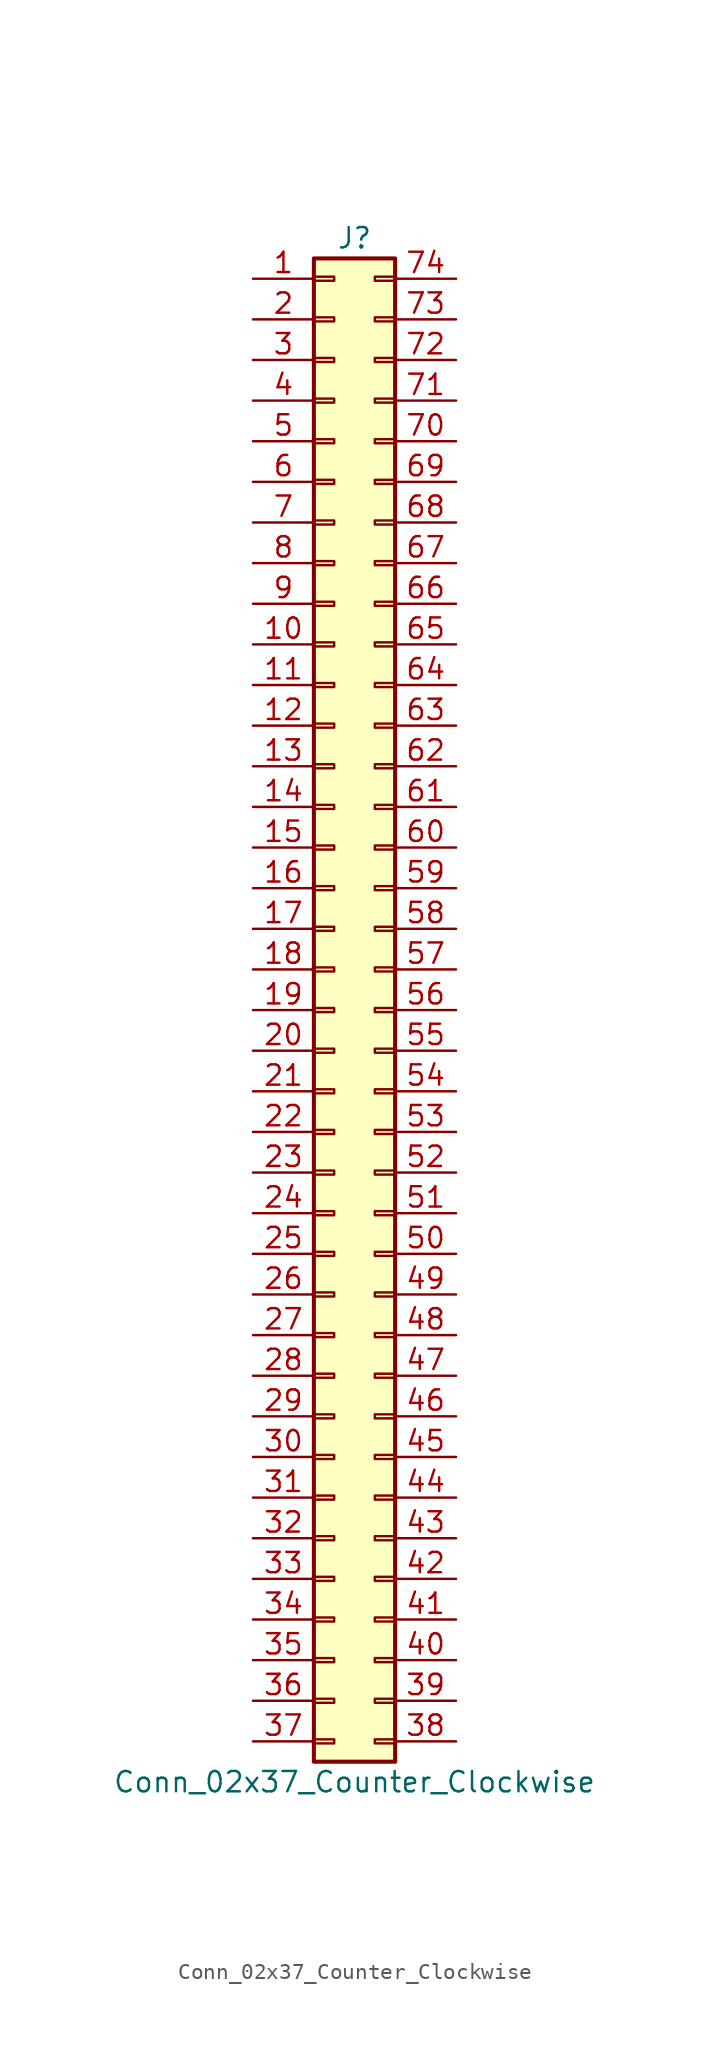
<source format=kicad_sym>
(kicad_symbol_lib
  (version 20201005)
  (generator kicad_symbol_editor)
  (symbol "Conn_02x37_Counter_Clockwise"
    (pin_names
      (offset 1.016) hide)
    (property "Reference" "J"
      (at 1.27 48.26 0)
      (effects (font (size 1.27 1.27))))
    (property "Value" "Conn_02x37_Counter_Clockwise"
      (at 1.27 -48.26 0)
      (effects (font (size 1.27 1.27))))
    (symbol "Conn_02x37_Counter_Clockwise_1_1"
      (rectangle (start -1.27 -45.593) (end 0 -45.847) (stroke (width 0.152)) (fill (type none)))
      (rectangle (start -1.27 -43.053) (end 0 -43.307) (stroke (width 0.152)) (fill (type none)))
      (rectangle (start -1.27 -40.513) (end 0 -40.767) (stroke (width 0.152)) (fill (type none)))
      (rectangle (start -1.27 -37.973) (end 0 -38.227) (stroke (width 0.152)) (fill (type none)))
      (rectangle (start -1.27 -35.433) (end 0 -35.687) (stroke (width 0.152)) (fill (type none)))
      (rectangle (start -1.27 -32.893) (end 0 -33.147) (stroke (width 0.152)) (fill (type none)))
      (rectangle (start -1.27 -30.353) (end 0 -30.607) (stroke (width 0.152)) (fill (type none)))
      (rectangle (start -1.27 -27.813) (end 0 -28.067) (stroke (width 0.152)) (fill (type none)))
      (rectangle (start -1.27 -25.273) (end 0 -25.527) (stroke (width 0.152)) (fill (type none)))
      (rectangle (start -1.27 -22.733) (end 0 -22.987) (stroke (width 0.152)) (fill (type none)))
      (rectangle (start -1.27 -20.193) (end 0 -20.447) (stroke (width 0.152)) (fill (type none)))
      (rectangle (start -1.27 -17.653) (end 0 -17.907) (stroke (width 0.152)) (fill (type none)))
      (rectangle (start -1.27 -15.113) (end 0 -15.367) (stroke (width 0.152)) (fill (type none)))
      (rectangle (start -1.27 -12.573) (end 0 -12.827) (stroke (width 0.152)) (fill (type none)))
      (rectangle (start -1.27 -10.033) (end 0 -10.287) (stroke (width 0.152)) (fill (type none)))
      (rectangle (start -1.27 -7.493) (end 0 -7.747) (stroke (width 0.152)) (fill (type none)))
      (rectangle (start -1.27 -4.953) (end 0 -5.207) (stroke (width 0.152)) (fill (type none)))
      (rectangle (start -1.27 -2.413) (end 0 -2.667) (stroke (width 0.152)) (fill (type none)))
      (rectangle (start -1.27 0.127) (end 0 -0.127) (stroke (width 0.152)) (fill (type none)))
      (rectangle (start -1.27 2.667) (end 0 2.413) (stroke (width 0.152)) (fill (type none)))
      (rectangle (start -1.27 5.207) (end 0 4.953) (stroke (width 0.152)) (fill (type none)))
      (rectangle (start -1.27 7.747) (end 0 7.493) (stroke (width 0.152)) (fill (type none)))
      (rectangle (start -1.27 10.287) (end 0 10.033) (stroke (width 0.152)) (fill (type none)))
      (rectangle (start -1.27 12.827) (end 0 12.573) (stroke (width 0.152)) (fill (type none)))
      (rectangle (start -1.27 15.367) (end 0 15.113) (stroke (width 0.152)) (fill (type none)))
      (rectangle (start -1.27 17.907) (end 0 17.653) (stroke (width 0.152)) (fill (type none)))
      (rectangle (start -1.27 20.447) (end 0 20.193) (stroke (width 0.152)) (fill (type none)))
      (rectangle (start -1.27 22.987) (end 0 22.733) (stroke (width 0.152)) (fill (type none)))
      (rectangle (start -1.27 25.527) (end 0 25.273) (stroke (width 0.152)) (fill (type none)))
      (rectangle (start -1.27 28.067) (end 0 27.813) (stroke (width 0.152)) (fill (type none)))
      (rectangle (start -1.27 30.607) (end 0 30.353) (stroke (width 0.152)) (fill (type none)))
      (rectangle (start -1.27 33.147) (end 0 32.893) (stroke (width 0.152)) (fill (type none)))
      (rectangle (start -1.27 35.687) (end 0 35.433) (stroke (width 0.152)) (fill (type none)))
      (rectangle (start -1.27 38.227) (end 0 37.973) (stroke (width 0.152)) (fill (type none)))
      (rectangle (start -1.27 40.767) (end 0 40.513) (stroke (width 0.152)) (fill (type none)))
      (rectangle (start -1.27 43.307) (end 0 43.053) (stroke (width 0.152)) (fill (type none)))
      (rectangle (start -1.27 45.847) (end 0 45.593) (stroke (width 0.152)) (fill (type none)))
      (rectangle (start 3.81 -45.593) (end 2.54 -45.847) (stroke (width 0.152)) (fill (type none)))
      (rectangle (start 3.81 -43.053) (end 2.54 -43.307) (stroke (width 0.152)) (fill (type none)))
      (rectangle (start 3.81 -40.513) (end 2.54 -40.767) (stroke (width 0.152)) (fill (type none)))
      (rectangle (start 3.81 -37.973) (end 2.54 -38.227) (stroke (width 0.152)) (fill (type none)))
      (rectangle (start 3.81 -35.433) (end 2.54 -35.687) (stroke (width 0.152)) (fill (type none)))
      (rectangle (start 3.81 -32.893) (end 2.54 -33.147) (stroke (width 0.152)) (fill (type none)))
      (rectangle (start 3.81 -30.353) (end 2.54 -30.607) (stroke (width 0.152)) (fill (type none)))
      (rectangle (start 3.81 -27.813) (end 2.54 -28.067) (stroke (width 0.152)) (fill (type none)))
      (rectangle (start 3.81 -25.273) (end 2.54 -25.527) (stroke (width 0.152)) (fill (type none)))
      (rectangle (start 3.81 -22.733) (end 2.54 -22.987) (stroke (width 0.152)) (fill (type none)))
      (rectangle (start 3.81 -20.193) (end 2.54 -20.447) (stroke (width 0.152)) (fill (type none)))
      (rectangle (start 3.81 -17.653) (end 2.54 -17.907) (stroke (width 0.152)) (fill (type none)))
      (rectangle (start 3.81 -15.113) (end 2.54 -15.367) (stroke (width 0.152)) (fill (type none)))
      (rectangle (start 3.81 -12.573) (end 2.54 -12.827) (stroke (width 0.152)) (fill (type none)))
      (rectangle (start 3.81 -10.033) (end 2.54 -10.287) (stroke (width 0.152)) (fill (type none)))
      (rectangle (start 3.81 -7.493) (end 2.54 -7.747) (stroke (width 0.152)) (fill (type none)))
      (rectangle (start 3.81 -4.953) (end 2.54 -5.207) (stroke (width 0.152)) (fill (type none)))
      (rectangle (start 3.81 -2.413) (end 2.54 -2.667) (stroke (width 0.152)) (fill (type none)))
      (rectangle (start 3.81 0.127) (end 2.54 -0.127) (stroke (width 0.152)) (fill (type none)))
      (rectangle (start 3.81 2.667) (end 2.54 2.413) (stroke (width 0.152)) (fill (type none)))
      (rectangle (start 3.81 5.207) (end 2.54 4.953) (stroke (width 0.152)) (fill (type none)))
      (rectangle (start 3.81 7.747) (end 2.54 7.493) (stroke (width 0.152)) (fill (type none)))
      (rectangle (start 3.81 10.287) (end 2.54 10.033) (stroke (width 0.152)) (fill (type none)))
      (rectangle (start 3.81 12.827) (end 2.54 12.573) (stroke (width 0.152)) (fill (type none)))
      (rectangle (start 3.81 15.367) (end 2.54 15.113) (stroke (width 0.152)) (fill (type none)))
      (rectangle (start 3.81 17.907) (end 2.54 17.653) (stroke (width 0.152)) (fill (type none)))
      (rectangle (start 3.81 20.447) (end 2.54 20.193) (stroke (width 0.152)) (fill (type none)))
      (rectangle (start 3.81 22.987) (end 2.54 22.733) (stroke (width 0.152)) (fill (type none)))
      (rectangle (start 3.81 25.527) (end 2.54 25.273) (stroke (width 0.152)) (fill (type none)))
      (rectangle (start 3.81 28.067) (end 2.54 27.813) (stroke (width 0.152)) (fill (type none)))
      (rectangle (start 3.81 30.607) (end 2.54 30.353) (stroke (width 0.152)) (fill (type none)))
      (rectangle (start 3.81 33.147) (end 2.54 32.893) (stroke (width 0.152)) (fill (type none)))
      (rectangle (start 3.81 35.687) (end 2.54 35.433) (stroke (width 0.152)) (fill (type none)))
      (rectangle (start 3.81 38.227) (end 2.54 37.973) (stroke (width 0.152)) (fill (type none)))
      (rectangle (start 3.81 40.767) (end 2.54 40.513) (stroke (width 0.152)) (fill (type none)))
      (rectangle (start 3.81 43.307) (end 2.54 43.053) (stroke (width 0.152)) (fill (type none)))
      (rectangle (start 3.81 45.847) (end 2.54 45.593) (stroke (width 0.152)) (fill (type none)))
      (rectangle (start -1.27 46.99) (end 3.81 -46.99) (stroke (width 0.254)) (fill (type background)))
      (pin passive line (at -5.08 45.72 0) (length 3.81) (name "Pin_1" (effects (font (size 1.27 1.27)))) (number "1" (effects (font (size 1.27 1.27)))))
      (pin passive line (at -5.08 22.86 0) (length 3.81) (name "Pin_10" (effects (font (size 1.27 1.27)))) (number "10" (effects (font (size 1.27 1.27)))))
      (pin passive line (at -5.08 20.32 0) (length 3.81) (name "Pin_11" (effects (font (size 1.27 1.27)))) (number "11" (effects (font (size 1.27 1.27)))))
      (pin passive line (at -5.08 17.78 0) (length 3.81) (name "Pin_12" (effects (font (size 1.27 1.27)))) (number "12" (effects (font (size 1.27 1.27)))))
      (pin passive line (at -5.08 15.24 0) (length 3.81) (name "Pin_13" (effects (font (size 1.27 1.27)))) (number "13" (effects (font (size 1.27 1.27)))))
      (pin passive line (at -5.08 12.7 0) (length 3.81) (name "Pin_14" (effects (font (size 1.27 1.27)))) (number "14" (effects (font (size 1.27 1.27)))))
      (pin passive line (at -5.08 10.16 0) (length 3.81) (name "Pin_15" (effects (font (size 1.27 1.27)))) (number "15" (effects (font (size 1.27 1.27)))))
      (pin passive line (at -5.08 7.62 0) (length 3.81) (name "Pin_16" (effects (font (size 1.27 1.27)))) (number "16" (effects (font (size 1.27 1.27)))))
      (pin passive line (at -5.08 5.08 0) (length 3.81) (name "Pin_17" (effects (font (size 1.27 1.27)))) (number "17" (effects (font (size 1.27 1.27)))))
      (pin passive line (at -5.08 2.54 0) (length 3.81) (name "Pin_18" (effects (font (size 1.27 1.27)))) (number "18" (effects (font (size 1.27 1.27)))))
      (pin passive line (at -5.08 0 0) (length 3.81) (name "Pin_19" (effects (font (size 1.27 1.27)))) (number "19" (effects (font (size 1.27 1.27)))))
      (pin passive line (at -5.08 43.18 0) (length 3.81) (name "Pin_2" (effects (font (size 1.27 1.27)))) (number "2" (effects (font (size 1.27 1.27)))))
      (pin passive line (at -5.08 -2.54 0) (length 3.81) (name "Pin_20" (effects (font (size 1.27 1.27)))) (number "20" (effects (font (size 1.27 1.27)))))
      (pin passive line (at -5.08 -5.08 0) (length 3.81) (name "Pin_21" (effects (font (size 1.27 1.27)))) (number "21" (effects (font (size 1.27 1.27)))))
      (pin passive line (at -5.08 -7.62 0) (length 3.81) (name "Pin_22" (effects (font (size 1.27 1.27)))) (number "22" (effects (font (size 1.27 1.27)))))
      (pin passive line (at -5.08 -10.16 0) (length 3.81) (name "Pin_23" (effects (font (size 1.27 1.27)))) (number "23" (effects (font (size 1.27 1.27)))))
      (pin passive line (at -5.08 -12.7 0) (length 3.81) (name "Pin_24" (effects (font (size 1.27 1.27)))) (number "24" (effects (font (size 1.27 1.27)))))
      (pin passive line (at -5.08 -15.24 0) (length 3.81) (name "Pin_25" (effects (font (size 1.27 1.27)))) (number "25" (effects (font (size 1.27 1.27)))))
      (pin passive line (at -5.08 -17.78 0) (length 3.81) (name "Pin_26" (effects (font (size 1.27 1.27)))) (number "26" (effects (font (size 1.27 1.27)))))
      (pin passive line (at -5.08 -20.32 0) (length 3.81) (name "Pin_27" (effects (font (size 1.27 1.27)))) (number "27" (effects (font (size 1.27 1.27)))))
      (pin passive line (at -5.08 -22.86 0) (length 3.81) (name "Pin_28" (effects (font (size 1.27 1.27)))) (number "28" (effects (font (size 1.27 1.27)))))
      (pin passive line (at -5.08 -25.4 0) (length 3.81) (name "Pin_29" (effects (font (size 1.27 1.27)))) (number "29" (effects (font (size 1.27 1.27)))))
      (pin passive line (at -5.08 40.64 0) (length 3.81) (name "Pin_3" (effects (font (size 1.27 1.27)))) (number "3" (effects (font (size 1.27 1.27)))))
      (pin passive line (at -5.08 -27.94 0) (length 3.81) (name "Pin_30" (effects (font (size 1.27 1.27)))) (number "30" (effects (font (size 1.27 1.27)))))
      (pin passive line (at -5.08 -30.48 0) (length 3.81) (name "Pin_31" (effects (font (size 1.27 1.27)))) (number "31" (effects (font (size 1.27 1.27)))))
      (pin passive line (at -5.08 -33.02 0) (length 3.81) (name "Pin_32" (effects (font (size 1.27 1.27)))) (number "32" (effects (font (size 1.27 1.27)))))
      (pin passive line (at -5.08 -35.56 0) (length 3.81) (name "Pin_33" (effects (font (size 1.27 1.27)))) (number "33" (effects (font (size 1.27 1.27)))))
      (pin passive line (at -5.08 -38.1 0) (length 3.81) (name "Pin_34" (effects (font (size 1.27 1.27)))) (number "34" (effects (font (size 1.27 1.27)))))
      (pin passive line (at -5.08 -40.64 0) (length 3.81) (name "Pin_35" (effects (font (size 1.27 1.27)))) (number "35" (effects (font (size 1.27 1.27)))))
      (pin passive line (at -5.08 -43.18 0) (length 3.81) (name "Pin_36" (effects (font (size 1.27 1.27)))) (number "36" (effects (font (size 1.27 1.27)))))
      (pin passive line (at -5.08 -45.72 0) (length 3.81) (name "Pin_37" (effects (font (size 1.27 1.27)))) (number "37" (effects (font (size 1.27 1.27)))))
      (pin passive line (at 7.62 -45.72 180) (length 3.81) (name "Pin_38" (effects (font (size 1.27 1.27)))) (number "38" (effects (font (size 1.27 1.27)))))
      (pin passive line (at 7.62 -43.18 180) (length 3.81) (name "Pin_39" (effects (font (size 1.27 1.27)))) (number "39" (effects (font (size 1.27 1.27)))))
      (pin passive line (at -5.08 38.1 0) (length 3.81) (name "Pin_4" (effects (font (size 1.27 1.27)))) (number "4" (effects (font (size 1.27 1.27)))))
      (pin passive line (at 7.62 -40.64 180) (length 3.81) (name "Pin_40" (effects (font (size 1.27 1.27)))) (number "40" (effects (font (size 1.27 1.27)))))
      (pin passive line (at 7.62 -38.1 180) (length 3.81) (name "Pin_41" (effects (font (size 1.27 1.27)))) (number "41" (effects (font (size 1.27 1.27)))))
      (pin passive line (at 7.62 -35.56 180) (length 3.81) (name "Pin_42" (effects (font (size 1.27 1.27)))) (number "42" (effects (font (size 1.27 1.27)))))
      (pin passive line (at 7.62 -33.02 180) (length 3.81) (name "Pin_43" (effects (font (size 1.27 1.27)))) (number "43" (effects (font (size 1.27 1.27)))))
      (pin passive line (at 7.62 -30.48 180) (length 3.81) (name "Pin_44" (effects (font (size 1.27 1.27)))) (number "44" (effects (font (size 1.27 1.27)))))
      (pin passive line (at 7.62 -27.94 180) (length 3.81) (name "Pin_45" (effects (font (size 1.27 1.27)))) (number "45" (effects (font (size 1.27 1.27)))))
      (pin passive line (at 7.62 -25.4 180) (length 3.81) (name "Pin_46" (effects (font (size 1.27 1.27)))) (number "46" (effects (font (size 1.27 1.27)))))
      (pin passive line (at 7.62 -22.86 180) (length 3.81) (name "Pin_47" (effects (font (size 1.27 1.27)))) (number "47" (effects (font (size 1.27 1.27)))))
      (pin passive line (at 7.62 -20.32 180) (length 3.81) (name "Pin_48" (effects (font (size 1.27 1.27)))) (number "48" (effects (font (size 1.27 1.27)))))
      (pin passive line (at 7.62 -17.78 180) (length 3.81) (name "Pin_49" (effects (font (size 1.27 1.27)))) (number "49" (effects (font (size 1.27 1.27)))))
      (pin passive line (at -5.08 35.56 0) (length 3.81) (name "Pin_5" (effects (font (size 1.27 1.27)))) (number "5" (effects (font (size 1.27 1.27)))))
      (pin passive line (at 7.62 -15.24 180) (length 3.81) (name "Pin_50" (effects (font (size 1.27 1.27)))) (number "50" (effects (font (size 1.27 1.27)))))
      (pin passive line (at 7.62 -12.7 180) (length 3.81) (name "Pin_51" (effects (font (size 1.27 1.27)))) (number "51" (effects (font (size 1.27 1.27)))))
      (pin passive line (at 7.62 -10.16 180) (length 3.81) (name "Pin_52" (effects (font (size 1.27 1.27)))) (number "52" (effects (font (size 1.27 1.27)))))
      (pin passive line (at 7.62 -7.62 180) (length 3.81) (name "Pin_53" (effects (font (size 1.27 1.27)))) (number "53" (effects (font (size 1.27 1.27)))))
      (pin passive line (at 7.62 -5.08 180) (length 3.81) (name "Pin_54" (effects (font (size 1.27 1.27)))) (number "54" (effects (font (size 1.27 1.27)))))
      (pin passive line (at 7.62 -2.54 180) (length 3.81) (name "Pin_55" (effects (font (size 1.27 1.27)))) (number "55" (effects (font (size 1.27 1.27)))))
      (pin passive line (at 7.62 0 180) (length 3.81) (name "Pin_56" (effects (font (size 1.27 1.27)))) (number "56" (effects (font (size 1.27 1.27)))))
      (pin passive line (at 7.62 2.54 180) (length 3.81) (name "Pin_57" (effects (font (size 1.27 1.27)))) (number "57" (effects (font (size 1.27 1.27)))))
      (pin passive line (at 7.62 5.08 180) (length 3.81) (name "Pin_58" (effects (font (size 1.27 1.27)))) (number "58" (effects (font (size 1.27 1.27)))))
      (pin passive line (at 7.62 7.62 180) (length 3.81) (name "Pin_59" (effects (font (size 1.27 1.27)))) (number "59" (effects (font (size 1.27 1.27)))))
      (pin passive line (at -5.08 33.02 0) (length 3.81) (name "Pin_6" (effects (font (size 1.27 1.27)))) (number "6" (effects (font (size 1.27 1.27)))))
      (pin passive line (at 7.62 10.16 180) (length 3.81) (name "Pin_60" (effects (font (size 1.27 1.27)))) (number "60" (effects (font (size 1.27 1.27)))))
      (pin passive line (at 7.62 12.7 180) (length 3.81) (name "Pin_61" (effects (font (size 1.27 1.27)))) (number "61" (effects (font (size 1.27 1.27)))))
      (pin passive line (at 7.62 15.24 180) (length 3.81) (name "Pin_62" (effects (font (size 1.27 1.27)))) (number "62" (effects (font (size 1.27 1.27)))))
      (pin passive line (at 7.62 17.78 180) (length 3.81) (name "Pin_63" (effects (font (size 1.27 1.27)))) (number "63" (effects (font (size 1.27 1.27)))))
      (pin passive line (at 7.62 20.32 180) (length 3.81) (name "Pin_64" (effects (font (size 1.27 1.27)))) (number "64" (effects (font (size 1.27 1.27)))))
      (pin passive line (at 7.62 22.86 180) (length 3.81) (name "Pin_65" (effects (font (size 1.27 1.27)))) (number "65" (effects (font (size 1.27 1.27)))))
      (pin passive line (at 7.62 25.4 180) (length 3.81) (name "Pin_66" (effects (font (size 1.27 1.27)))) (number "66" (effects (font (size 1.27 1.27)))))
      (pin passive line (at 7.62 27.94 180) (length 3.81) (name "Pin_67" (effects (font (size 1.27 1.27)))) (number "67" (effects (font (size 1.27 1.27)))))
      (pin passive line (at 7.62 30.48 180) (length 3.81) (name "Pin_68" (effects (font (size 1.27 1.27)))) (number "68" (effects (font (size 1.27 1.27)))))
      (pin passive line (at 7.62 33.02 180) (length 3.81) (name "Pin_69" (effects (font (size 1.27 1.27)))) (number "69" (effects (font (size 1.27 1.27)))))
      (pin passive line (at -5.08 30.48 0) (length 3.81) (name "Pin_7" (effects (font (size 1.27 1.27)))) (number "7" (effects (font (size 1.27 1.27)))))
      (pin passive line (at 7.62 35.56 180) (length 3.81) (name "Pin_70" (effects (font (size 1.27 1.27)))) (number "70" (effects (font (size 1.27 1.27)))))
      (pin passive line (at 7.62 38.1 180) (length 3.81) (name "Pin_71" (effects (font (size 1.27 1.27)))) (number "71" (effects (font (size 1.27 1.27)))))
      (pin passive line (at 7.62 40.64 180) (length 3.81) (name "Pin_72" (effects (font (size 1.27 1.27)))) (number "72" (effects (font (size 1.27 1.27)))))
      (pin passive line (at 7.62 43.18 180) (length 3.81) (name "Pin_73" (effects (font (size 1.27 1.27)))) (number "73" (effects (font (size 1.27 1.27)))))
      (pin passive line (at 7.62 45.72 180) (length 3.81) (name "Pin_74" (effects (font (size 1.27 1.27)))) (number "74" (effects (font (size 1.27 1.27)))))
      (pin passive line (at -5.08 27.94 0) (length 3.81) (name "Pin_8" (effects (font (size 1.27 1.27)))) (number "8" (effects (font (size 1.27 1.27)))))
      (pin passive line (at -5.08 25.4 0) (length 3.81) (name "Pin_9" (effects (font (size 1.27 1.27)))) (number "9" (effects (font (size 1.27 1.27))))))))
</source>
